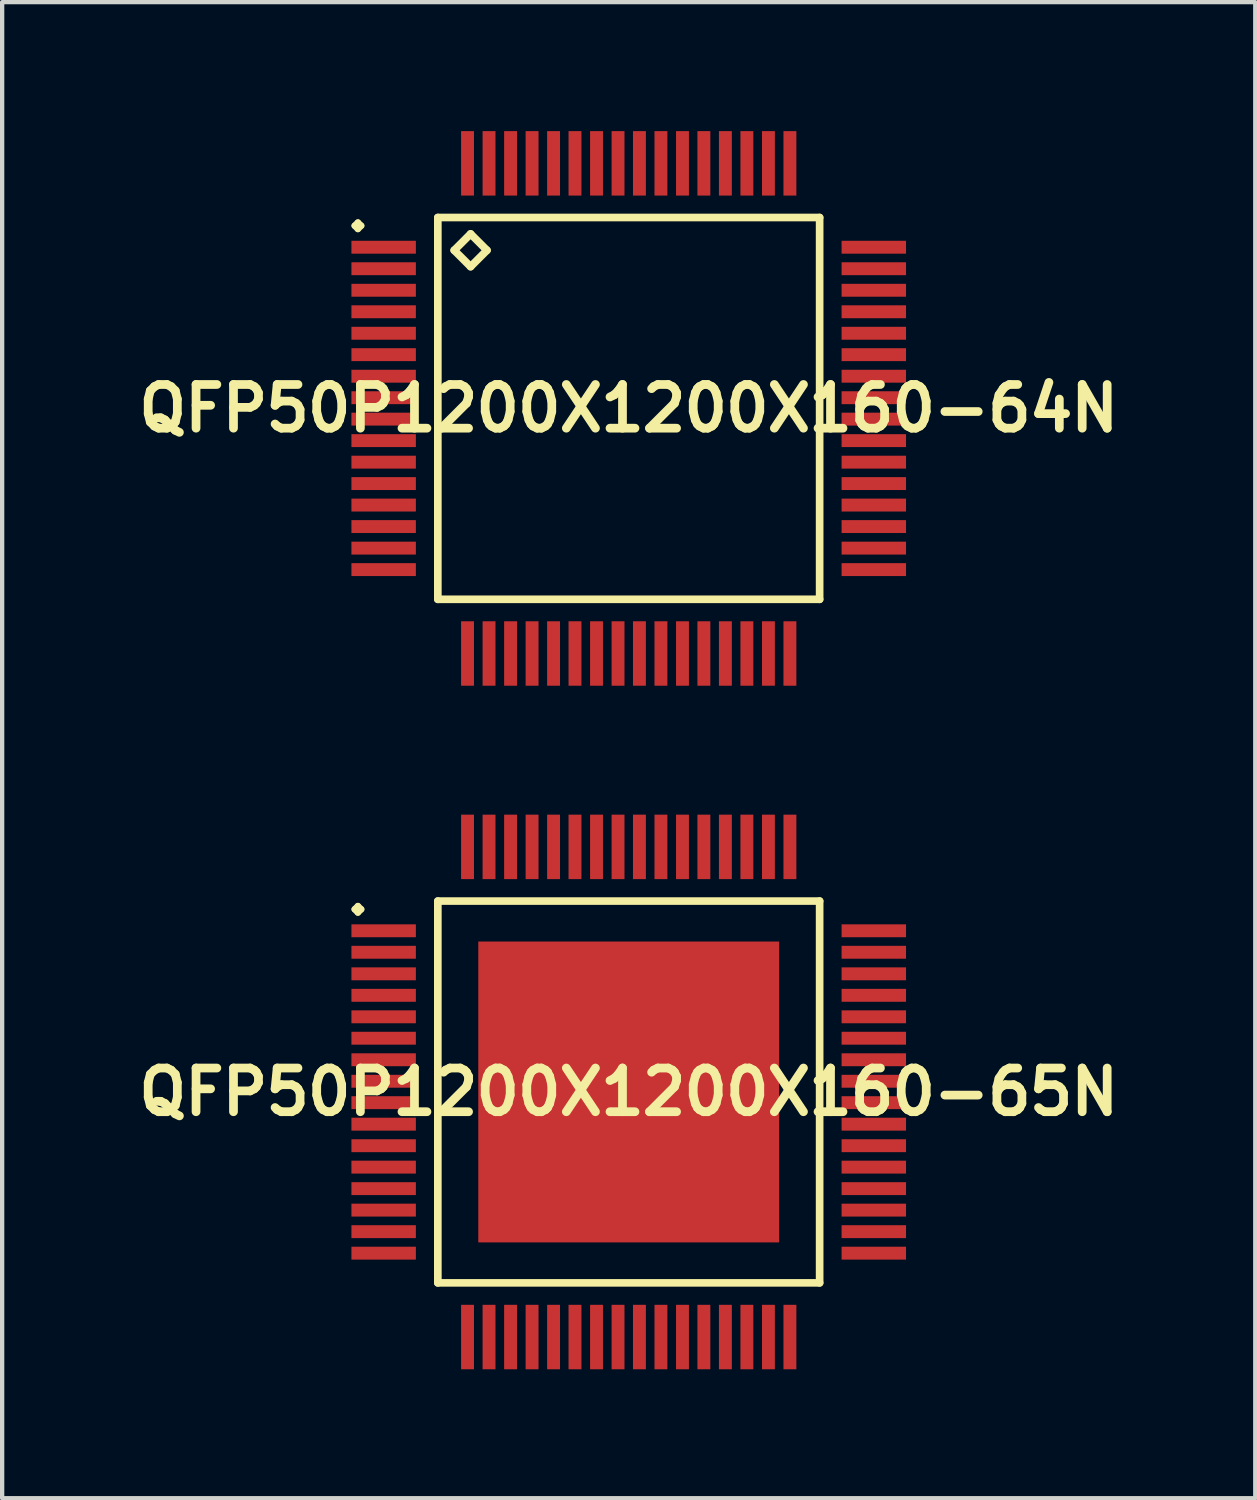
<source format=kicad_pcb>
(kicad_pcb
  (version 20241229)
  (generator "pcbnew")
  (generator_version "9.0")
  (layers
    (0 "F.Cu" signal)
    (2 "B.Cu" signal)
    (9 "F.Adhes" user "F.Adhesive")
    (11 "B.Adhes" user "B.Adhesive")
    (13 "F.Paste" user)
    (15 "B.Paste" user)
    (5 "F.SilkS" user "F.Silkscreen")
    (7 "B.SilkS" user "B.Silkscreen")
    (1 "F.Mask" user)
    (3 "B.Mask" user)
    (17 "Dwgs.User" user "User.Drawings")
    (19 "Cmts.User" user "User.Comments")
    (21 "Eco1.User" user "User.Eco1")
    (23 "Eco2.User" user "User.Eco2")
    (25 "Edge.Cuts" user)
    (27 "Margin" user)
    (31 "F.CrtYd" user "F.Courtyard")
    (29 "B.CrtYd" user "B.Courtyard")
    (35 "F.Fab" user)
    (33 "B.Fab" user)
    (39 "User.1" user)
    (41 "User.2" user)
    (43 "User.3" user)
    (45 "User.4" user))
  (footprint "QFP50P1200X1200X160-65N"
    (layer "F.Cu")
    (at 11.573 22.347)
    (property "Reference" "QFP50P1200X1200X160-65N" (at 0 0 0) (layer "F.SilkS") (effects (font (size 1.016 1.016) (thickness 0.203))))
    (attr smd)
    (fp_line (start -6.373 -4.249) (end -6.299 -4.323) (stroke (width 0.15) (type solid)) (layer "F.SilkS"))
    (fp_line (start -6.299 -4.323) (end -6.223 -4.249) (stroke (width 0.15) (type solid)) (layer "F.SilkS"))
    (fp_line (start -6.299 -4.173) (end -6.373 -4.249) (stroke (width 0.15) (type solid)) (layer "F.SilkS"))
    (fp_line (start -6.223 -4.249) (end -6.299 -4.173) (stroke (width 0.15) (type solid)) (layer "F.SilkS"))
    (fp_line (start -4.44 -4.44) (end -4.44 4.44) (stroke (width 0.178) (type solid)) (layer "F.SilkS"))
    (fp_line (start -4.44 4.44) (end 4.44 4.44) (stroke (width 0.178) (type solid)) (layer "F.SilkS"))
    (fp_line (start 4.44 -4.44) (end -4.44 -4.44) (stroke (width 0.178) (type solid)) (layer "F.SilkS"))
    (fp_line (start 4.44 4.44) (end 4.44 -4.44) (stroke (width 0.178) (type solid)) (layer "F.SilkS"))
    (pad "1" smd rect (at -5.7 -3.749) (size 1.499 0.3) (layers "F.Cu" "F.Mask" "F.Paste"))
    (pad "2" smd rect (at -5.7 -3.249) (size 1.499 0.3) (layers "F.Cu" "F.Mask" "F.Paste"))
    (pad "3" smd rect (at -5.7 -2.748) (size 1.499 0.3) (layers "F.Cu" "F.Mask" "F.Paste"))
    (pad "4" smd rect (at -5.7 -2.248) (size 1.499 0.3) (layers "F.Cu" "F.Mask" "F.Paste"))
    (pad "5" smd rect (at -5.7 -1.748) (size 1.499 0.3) (layers "F.Cu" "F.Mask" "F.Paste"))
    (pad "6" smd rect (at -5.7 -1.25) (size 1.499 0.3) (layers "F.Cu" "F.Mask" "F.Paste"))
    (pad "7" smd rect (at -5.7 -0.749) (size 1.499 0.3) (layers "F.Cu" "F.Mask" "F.Paste"))
    (pad "8" smd rect (at -5.7 -0.249) (size 1.499 0.3) (layers "F.Cu" "F.Mask" "F.Paste"))
    (pad "9" smd rect (at -5.7 0.249) (size 1.499 0.3) (layers "F.Cu" "F.Mask" "F.Paste"))
    (pad "10" smd rect (at -5.7 0.749) (size 1.499 0.3) (layers "F.Cu" "F.Mask" "F.Paste"))
    (pad "11" smd rect (at -5.7 1.25) (size 1.499 0.3) (layers "F.Cu" "F.Mask" "F.Paste"))
    (pad "12" smd rect (at -5.7 1.748) (size 1.499 0.3) (layers "F.Cu" "F.Mask" "F.Paste"))
    (pad "13" smd rect (at -5.7 2.248) (size 1.499 0.3) (layers "F.Cu" "F.Mask" "F.Paste"))
    (pad "14" smd rect (at -5.7 2.748) (size 1.499 0.3) (layers "F.Cu" "F.Mask" "F.Paste"))
    (pad "15" smd rect (at -5.7 3.249) (size 1.499 0.3) (layers "F.Cu" "F.Mask" "F.Paste"))
    (pad "16" smd rect (at -5.7 3.749) (size 1.499 0.3) (layers "F.Cu" "F.Mask" "F.Paste"))
    (pad "17" smd rect (at -3.749 5.7) (size 0.3 1.499) (layers "F.Cu" "F.Mask" "F.Paste"))
    (pad "18" smd rect (at -3.249 5.7) (size 0.3 1.499) (layers "F.Cu" "F.Mask" "F.Paste"))
    (pad "19" smd rect (at -2.748 5.7) (size 0.3 1.499) (layers "F.Cu" "F.Mask" "F.Paste"))
    (pad "20" smd rect (at -2.248 5.7) (size 0.3 1.499) (layers "F.Cu" "F.Mask" "F.Paste"))
    (pad "21" smd rect (at -1.748 5.7) (size 0.3 1.499) (layers "F.Cu" "F.Mask" "F.Paste"))
    (pad "22" smd rect (at -1.25 5.7) (size 0.3 1.499) (layers "F.Cu" "F.Mask" "F.Paste"))
    (pad "23" smd rect (at -0.749 5.7) (size 0.3 1.499) (layers "F.Cu" "F.Mask" "F.Paste"))
    (pad "24" smd rect (at -0.249 5.7) (size 0.3 1.499) (layers "F.Cu" "F.Mask" "F.Paste"))
    (pad "25" smd rect (at 0.249 5.7) (size 0.3 1.499) (layers "F.Cu" "F.Mask" "F.Paste"))
    (pad "26" smd rect (at 0.749 5.7) (size 0.3 1.499) (layers "F.Cu" "F.Mask" "F.Paste"))
    (pad "27" smd rect (at 1.25 5.7) (size 0.3 1.499) (layers "F.Cu" "F.Mask" "F.Paste"))
    (pad "28" smd rect (at 1.748 5.7) (size 0.3 1.499) (layers "F.Cu" "F.Mask" "F.Paste"))
    (pad "29" smd rect (at 2.248 5.7) (size 0.3 1.499) (layers "F.Cu" "F.Mask" "F.Paste"))
    (pad "30" smd rect (at 2.748 5.7) (size 0.3 1.499) (layers "F.Cu" "F.Mask" "F.Paste"))
    (pad "31" smd rect (at 3.249 5.7) (size 0.3 1.499) (layers "F.Cu" "F.Mask" "F.Paste"))
    (pad "32" smd rect (at 3.749 5.7) (size 0.3 1.499) (layers "F.Cu" "F.Mask" "F.Paste"))
    (pad "33" smd rect (at 5.7 3.749) (size 1.499 0.3) (layers "F.Cu" "F.Mask" "F.Paste"))
    (pad "34" smd rect (at 5.7 3.249) (size 1.499 0.3) (layers "F.Cu" "F.Mask" "F.Paste"))
    (pad "35" smd rect (at 5.7 2.748) (size 1.499 0.3) (layers "F.Cu" "F.Mask" "F.Paste"))
    (pad "36" smd rect (at 5.7 2.248) (size 1.499 0.3) (layers "F.Cu" "F.Mask" "F.Paste"))
    (pad "37" smd rect (at 5.7 1.748) (size 1.499 0.3) (layers "F.Cu" "F.Mask" "F.Paste"))
    (pad "38" smd rect (at 5.7 1.25) (size 1.499 0.3) (layers "F.Cu" "F.Mask" "F.Paste"))
    (pad "39" smd rect (at 5.7 0.749) (size 1.499 0.3) (layers "F.Cu" "F.Mask" "F.Paste"))
    (pad "40" smd rect (at 5.7 0.249) (size 1.499 0.3) (layers "F.Cu" "F.Mask" "F.Paste"))
    (pad "41" smd rect (at 5.7 -0.249) (size 1.499 0.3) (layers "F.Cu" "F.Mask" "F.Paste"))
    (pad "42" smd rect (at 5.7 -0.749) (size 1.499 0.3) (layers "F.Cu" "F.Mask" "F.Paste"))
    (pad "43" smd rect (at 5.7 -1.25) (size 1.499 0.3) (layers "F.Cu" "F.Mask" "F.Paste"))
    (pad "44" smd rect (at 5.7 -1.748) (size 1.499 0.3) (layers "F.Cu" "F.Mask" "F.Paste"))
    (pad "45" smd rect (at 5.7 -2.248) (size 1.499 0.3) (layers "F.Cu" "F.Mask" "F.Paste"))
    (pad "46" smd rect (at 5.7 -2.748) (size 1.499 0.3) (layers "F.Cu" "F.Mask" "F.Paste"))
    (pad "47" smd rect (at 5.7 -3.249) (size 1.499 0.3) (layers "F.Cu" "F.Mask" "F.Paste"))
    (pad "48" smd rect (at 5.7 -3.749) (size 1.499 0.3) (layers "F.Cu" "F.Mask" "F.Paste"))
    (pad "49" smd rect (at 3.749 -5.7) (size 0.3 1.499) (layers "F.Cu" "F.Mask" "F.Paste"))
    (pad "50" smd rect (at 3.249 -5.7) (size 0.3 1.499) (layers "F.Cu" "F.Mask" "F.Paste"))
    (pad "51" smd rect (at 2.748 -5.7) (size 0.3 1.499) (layers "F.Cu" "F.Mask" "F.Paste"))
    (pad "52" smd rect (at 2.248 -5.7) (size 0.3 1.499) (layers "F.Cu" "F.Mask" "F.Paste"))
    (pad "53" smd rect (at 1.748 -5.7) (size 0.3 1.499) (layers "F.Cu" "F.Mask" "F.Paste"))
    (pad "54" smd rect (at 1.25 -5.7) (size 0.3 1.499) (layers "F.Cu" "F.Mask" "F.Paste"))
    (pad "55" smd rect (at 0.749 -5.7) (size 0.3 1.499) (layers "F.Cu" "F.Mask" "F.Paste"))
    (pad "56" smd rect (at 0.249 -5.7) (size 0.3 1.499) (layers "F.Cu" "F.Mask" "F.Paste"))
    (pad "57" smd rect (at -0.249 -5.7) (size 0.3 1.499) (layers "F.Cu" "F.Mask" "F.Paste"))
    (pad "58" smd rect (at -0.749 -5.7) (size 0.3 1.499) (layers "F.Cu" "F.Mask" "F.Paste"))
    (pad "59" smd rect (at -1.25 -5.7) (size 0.3 1.499) (layers "F.Cu" "F.Mask" "F.Paste"))
    (pad "60" smd rect (at -1.748 -5.7) (size 0.3 1.499) (layers "F.Cu" "F.Mask" "F.Paste"))
    (pad "61" smd rect (at -2.248 -5.7) (size 0.3 1.499) (layers "F.Cu" "F.Mask" "F.Paste"))
    (pad "62" smd rect (at -2.748 -5.7) (size 0.3 1.499) (layers "F.Cu" "F.Mask" "F.Paste"))
    (pad "63" smd rect (at -3.249 -5.7) (size 0.3 1.499) (layers "F.Cu" "F.Mask" "F.Paste"))
    (pad "64" smd rect (at -3.749 -5.7) (size 0.3 1.499) (layers "F.Cu" "F.Mask" "F.Paste"))
    (pad "65" smd rect (at 0 0) (size 6.998 6.998) (layers "F.Cu" "F.Mask" "F.Paste")))
  (footprint "QFP50P1200X1200X160-64N"
    (layer "F.Cu")
    (at 11.573 6.449)
    (property "Reference" "QFP50P1200X1200X160-64N" (at 0 0 0) (layer "F.SilkS") (effects (font (size 1.016 1.016) (thickness 0.203))))
    (attr smd)
    (fp_line (start -6.373 -4.249) (end -6.299 -4.323) (stroke (width 0.15) (type solid)) (layer "F.SilkS"))
    (fp_line (start -6.299 -4.323) (end -6.223 -4.249) (stroke (width 0.15) (type solid)) (layer "F.SilkS"))
    (fp_line (start -6.299 -4.173) (end -6.373 -4.249) (stroke (width 0.15) (type solid)) (layer "F.SilkS"))
    (fp_line (start -6.223 -4.249) (end -6.299 -4.173) (stroke (width 0.15) (type solid)) (layer "F.SilkS"))
    (fp_line (start -4.44 -4.44) (end -4.44 4.44) (stroke (width 0.178) (type solid)) (layer "F.SilkS"))
    (fp_line (start -4.44 4.44) (end 4.44 4.44) (stroke (width 0.178) (type solid)) (layer "F.SilkS"))
    (fp_line (start -4.059 -3.678) (end -3.678 -4.059) (stroke (width 0.178) (type solid)) (layer "F.SilkS"))
    (fp_line (start -3.678 -4.059) (end -3.297 -3.678) (stroke (width 0.178) (type solid)) (layer "F.SilkS"))
    (fp_line (start -3.678 -3.297) (end -4.059 -3.678) (stroke (width 0.178) (type solid)) (layer "F.SilkS"))
    (fp_line (start -3.297 -3.678) (end -3.678 -3.297) (stroke (width 0.178) (type solid)) (layer "F.SilkS"))
    (fp_line (start 4.44 -4.44) (end -4.44 -4.44) (stroke (width 0.178) (type solid)) (layer "F.SilkS"))
    (fp_line (start 4.44 4.44) (end 4.44 -4.44) (stroke (width 0.178) (type solid)) (layer "F.SilkS"))
    (pad "1" smd rect (at -5.7 -3.749) (size 1.499 0.3) (layers "F.Cu" "F.Mask" "F.Paste"))
    (pad "2" smd rect (at -5.7 -3.249) (size 1.499 0.3) (layers "F.Cu" "F.Mask" "F.Paste"))
    (pad "3" smd rect (at -5.7 -2.748) (size 1.499 0.3) (layers "F.Cu" "F.Mask" "F.Paste"))
    (pad "4" smd rect (at -5.7 -2.248) (size 1.499 0.3) (layers "F.Cu" "F.Mask" "F.Paste"))
    (pad "5" smd rect (at -5.7 -1.748) (size 1.499 0.3) (layers "F.Cu" "F.Mask" "F.Paste"))
    (pad "6" smd rect (at -5.7 -1.25) (size 1.499 0.3) (layers "F.Cu" "F.Mask" "F.Paste"))
    (pad "7" smd rect (at -5.7 -0.749) (size 1.499 0.3) (layers "F.Cu" "F.Mask" "F.Paste"))
    (pad "8" smd rect (at -5.7 -0.249) (size 1.499 0.3) (layers "F.Cu" "F.Mask" "F.Paste"))
    (pad "9" smd rect (at -5.7 0.249) (size 1.499 0.3) (layers "F.Cu" "F.Mask" "F.Paste"))
    (pad "10" smd rect (at -5.7 0.749) (size 1.499 0.3) (layers "F.Cu" "F.Mask" "F.Paste"))
    (pad "11" smd rect (at -5.7 1.25) (size 1.499 0.3) (layers "F.Cu" "F.Mask" "F.Paste"))
    (pad "12" smd rect (at -5.7 1.748) (size 1.499 0.3) (layers "F.Cu" "F.Mask" "F.Paste"))
    (pad "13" smd rect (at -5.7 2.248) (size 1.499 0.3) (layers "F.Cu" "F.Mask" "F.Paste"))
    (pad "14" smd rect (at -5.7 2.748) (size 1.499 0.3) (layers "F.Cu" "F.Mask" "F.Paste"))
    (pad "15" smd rect (at -5.7 3.249) (size 1.499 0.3) (layers "F.Cu" "F.Mask" "F.Paste"))
    (pad "16" smd rect (at -5.7 3.749) (size 1.499 0.3) (layers "F.Cu" "F.Mask" "F.Paste"))
    (pad "17" smd rect (at -3.749 5.7) (size 0.3 1.499) (layers "F.Cu" "F.Mask" "F.Paste"))
    (pad "18" smd rect (at -3.249 5.7) (size 0.3 1.499) (layers "F.Cu" "F.Mask" "F.Paste"))
    (pad "19" smd rect (at -2.748 5.7) (size 0.3 1.499) (layers "F.Cu" "F.Mask" "F.Paste"))
    (pad "20" smd rect (at -2.248 5.7) (size 0.3 1.499) (layers "F.Cu" "F.Mask" "F.Paste"))
    (pad "21" smd rect (at -1.748 5.7) (size 0.3 1.499) (layers "F.Cu" "F.Mask" "F.Paste"))
    (pad "22" smd rect (at -1.25 5.7) (size 0.3 1.499) (layers "F.Cu" "F.Mask" "F.Paste"))
    (pad "23" smd rect (at -0.749 5.7) (size 0.3 1.499) (layers "F.Cu" "F.Mask" "F.Paste"))
    (pad "24" smd rect (at -0.249 5.7) (size 0.3 1.499) (layers "F.Cu" "F.Mask" "F.Paste"))
    (pad "25" smd rect (at 0.249 5.7) (size 0.3 1.499) (layers "F.Cu" "F.Mask" "F.Paste"))
    (pad "26" smd rect (at 0.749 5.7) (size 0.3 1.499) (layers "F.Cu" "F.Mask" "F.Paste"))
    (pad "27" smd rect (at 1.25 5.7) (size 0.3 1.499) (layers "F.Cu" "F.Mask" "F.Paste"))
    (pad "28" smd rect (at 1.748 5.7) (size 0.3 1.499) (layers "F.Cu" "F.Mask" "F.Paste"))
    (pad "29" smd rect (at 2.248 5.7) (size 0.3 1.499) (layers "F.Cu" "F.Mask" "F.Paste"))
    (pad "30" smd rect (at 2.748 5.7) (size 0.3 1.499) (layers "F.Cu" "F.Mask" "F.Paste"))
    (pad "31" smd rect (at 3.249 5.7) (size 0.3 1.499) (layers "F.Cu" "F.Mask" "F.Paste"))
    (pad "32" smd rect (at 3.749 5.7) (size 0.3 1.499) (layers "F.Cu" "F.Mask" "F.Paste"))
    (pad "33" smd rect (at 5.7 3.749) (size 1.499 0.3) (layers "F.Cu" "F.Mask" "F.Paste"))
    (pad "34" smd rect (at 5.7 3.249) (size 1.499 0.3) (layers "F.Cu" "F.Mask" "F.Paste"))
    (pad "35" smd rect (at 5.7 2.748) (size 1.499 0.3) (layers "F.Cu" "F.Mask" "F.Paste"))
    (pad "36" smd rect (at 5.7 2.248) (size 1.499 0.3) (layers "F.Cu" "F.Mask" "F.Paste"))
    (pad "37" smd rect (at 5.7 1.748) (size 1.499 0.3) (layers "F.Cu" "F.Mask" "F.Paste"))
    (pad "38" smd rect (at 5.7 1.25) (size 1.499 0.3) (layers "F.Cu" "F.Mask" "F.Paste"))
    (pad "39" smd rect (at 5.7 0.749) (size 1.499 0.3) (layers "F.Cu" "F.Mask" "F.Paste"))
    (pad "40" smd rect (at 5.7 0.249) (size 1.499 0.3) (layers "F.Cu" "F.Mask" "F.Paste"))
    (pad "41" smd rect (at 5.7 -0.249) (size 1.499 0.3) (layers "F.Cu" "F.Mask" "F.Paste"))
    (pad "42" smd rect (at 5.7 -0.749) (size 1.499 0.3) (layers "F.Cu" "F.Mask" "F.Paste"))
    (pad "43" smd rect (at 5.7 -1.25) (size 1.499 0.3) (layers "F.Cu" "F.Mask" "F.Paste"))
    (pad "44" smd rect (at 5.7 -1.748) (size 1.499 0.3) (layers "F.Cu" "F.Mask" "F.Paste"))
    (pad "45" smd rect (at 5.7 -2.248) (size 1.499 0.3) (layers "F.Cu" "F.Mask" "F.Paste"))
    (pad "46" smd rect (at 5.7 -2.748) (size 1.499 0.3) (layers "F.Cu" "F.Mask" "F.Paste"))
    (pad "47" smd rect (at 5.7 -3.249) (size 1.499 0.3) (layers "F.Cu" "F.Mask" "F.Paste"))
    (pad "48" smd rect (at 5.7 -3.749) (size 1.499 0.3) (layers "F.Cu" "F.Mask" "F.Paste"))
    (pad "49" smd rect (at 3.749 -5.7) (size 0.3 1.499) (layers "F.Cu" "F.Mask" "F.Paste"))
    (pad "50" smd rect (at 3.249 -5.7) (size 0.3 1.499) (layers "F.Cu" "F.Mask" "F.Paste"))
    (pad "51" smd rect (at 2.748 -5.7) (size 0.3 1.499) (layers "F.Cu" "F.Mask" "F.Paste"))
    (pad "52" smd rect (at 2.248 -5.7) (size 0.3 1.499) (layers "F.Cu" "F.Mask" "F.Paste"))
    (pad "53" smd rect (at 1.748 -5.7) (size 0.3 1.499) (layers "F.Cu" "F.Mask" "F.Paste"))
    (pad "54" smd rect (at 1.25 -5.7) (size 0.3 1.499) (layers "F.Cu" "F.Mask" "F.Paste"))
    (pad "55" smd rect (at 0.749 -5.7) (size 0.3 1.499) (layers "F.Cu" "F.Mask" "F.Paste"))
    (pad "56" smd rect (at 0.249 -5.7) (size 0.3 1.499) (layers "F.Cu" "F.Mask" "F.Paste"))
    (pad "57" smd rect (at -0.249 -5.7) (size 0.3 1.499) (layers "F.Cu" "F.Mask" "F.Paste"))
    (pad "58" smd rect (at -0.749 -5.7) (size 0.3 1.499) (layers "F.Cu" "F.Mask" "F.Paste"))
    (pad "59" smd rect (at -1.25 -5.7) (size 0.3 1.499) (layers "F.Cu" "F.Mask" "F.Paste"))
    (pad "60" smd rect (at -1.748 -5.7) (size 0.3 1.499) (layers "F.Cu" "F.Mask" "F.Paste"))
    (pad "61" smd rect (at -2.248 -5.7) (size 0.3 1.499) (layers "F.Cu" "F.Mask" "F.Paste"))
    (pad "62" smd rect (at -2.748 -5.7) (size 0.3 1.499) (layers "F.Cu" "F.Mask" "F.Paste"))
    (pad "63" smd rect (at -3.249 -5.7) (size 0.3 1.499) (layers "F.Cu" "F.Mask" "F.Paste"))
    (pad "64" smd rect (at -3.749 -5.7) (size 0.3 1.499) (layers "F.Cu" "F.Mask" "F.Paste")))
  (gr_rect
    (start -3 -3)
    (end 26.145 31.796)
    (stroke (width 0.1) (type default))
    (fill no)
    (layer "Edge.Cuts")))
</source>
